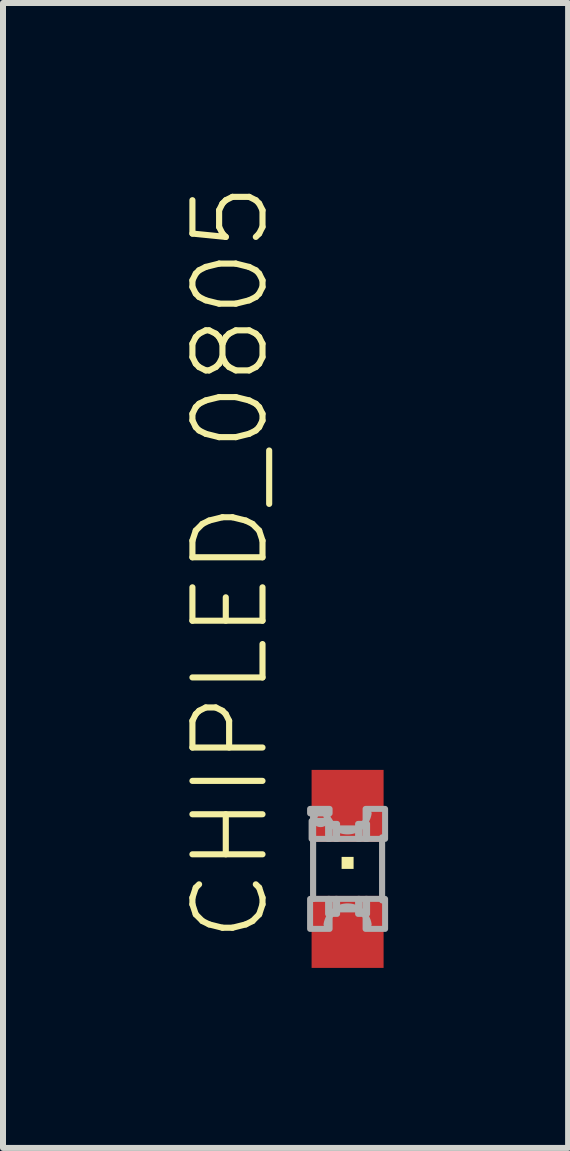
<source format=kicad_pcb>
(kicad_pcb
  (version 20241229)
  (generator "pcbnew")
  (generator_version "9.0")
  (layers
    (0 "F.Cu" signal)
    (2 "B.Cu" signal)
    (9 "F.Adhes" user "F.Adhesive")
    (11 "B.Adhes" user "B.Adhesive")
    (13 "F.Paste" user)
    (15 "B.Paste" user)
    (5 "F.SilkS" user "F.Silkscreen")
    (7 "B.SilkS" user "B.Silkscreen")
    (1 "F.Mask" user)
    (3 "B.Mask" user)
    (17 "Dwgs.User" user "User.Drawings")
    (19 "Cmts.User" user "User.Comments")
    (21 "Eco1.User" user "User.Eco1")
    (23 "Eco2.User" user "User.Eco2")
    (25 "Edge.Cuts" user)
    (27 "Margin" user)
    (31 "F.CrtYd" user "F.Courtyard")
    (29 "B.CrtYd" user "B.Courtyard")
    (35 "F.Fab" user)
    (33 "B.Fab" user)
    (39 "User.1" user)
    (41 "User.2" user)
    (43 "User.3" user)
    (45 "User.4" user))
  (footprint "CHIPLED_0805"
    (layer "F.Cu")
    (at 2.743 11.431)
    (property "Reference" "CHIPLED_0805" (at -1.27 1.27 90) (layer "F.SilkS") (effects (font (size 1.168 1.168) (thickness 0.102)) (justify left bottom)))
    (fp_poly (pts (xy -0.1 0) (xy 0.1 0) (xy 0.1 -0.2) (xy -0.1 -0.2)) (stroke (width 0) (type default)) (fill yes) (layer "F.SilkS"))
    (fp_line (start -0.575 0.5) (end -0.575 -0.925) (stroke (width 0.102) (type solid)) (layer "F.Fab"))
    (fp_line (start 0.575 -0.525) (end 0.575 0.525) (stroke (width 0.102) (type solid)) (layer "F.Fab"))
    (fp_arc (start -0.35 0.925) (mid -0.000001 0.625027) (end 0.35 0.924998) (stroke (width 0.1016) (type solid)) (layer "F.Fab"))
    (fp_arc (start 0.35 -0.924998) (mid -0.000001 -0.625027) (end -0.35 -0.925) (stroke (width 0.1016) (type solid)) (layer "F.Fab"))
    (fp_circle (center -0.45 -0.85) (end -0.347 -0.85) (stroke (width 0.102) (type solid)) (fill no) (layer "F.Fab"))
    (fp_poly (pts (xy -0.625 -0.925) (xy -0.3 -0.925) (xy -0.3 -1) (xy -0.625 -1)) (stroke (width 0.1) (type default)) (fill no) (layer "F.Fab"))
    (fp_poly (pts (xy -0.625 1) (xy -0.3 1) (xy -0.3 0.5) (xy -0.625 0.5)) (stroke (width 0.1) (type default)) (fill no) (layer "F.Fab"))
    (fp_poly (pts (xy -0.6 -0.5) (xy -0.3 -0.5) (xy -0.3 -0.8) (xy -0.6 -0.8)) (stroke (width 0.1) (type default)) (fill no) (layer "F.Fab"))
    (fp_poly (pts (xy -0.325 -0.5) (xy -0.175 -0.5) (xy -0.175 -0.75) (xy -0.325 -0.75)) (stroke (width 0.1) (type default)) (fill no) (layer "F.Fab"))
    (fp_poly (pts (xy -0.325 0.75) (xy -0.175 0.75) (xy -0.175 0.5) (xy -0.325 0.5)) (stroke (width 0.1) (type default)) (fill no) (layer "F.Fab"))
    (fp_poly (pts (xy -0.2 -0.5) (xy 0.2 -0.5) (xy 0.2 -0.675) (xy -0.2 -0.675)) (stroke (width 0.1) (type default)) (fill no) (layer "F.Fab"))
    (fp_poly (pts (xy -0.2 0.675) (xy 0.2 0.675) (xy 0.2 0.5) (xy -0.2 0.5)) (stroke (width 0.1) (type default)) (fill no) (layer "F.Fab"))
    (fp_poly (pts (xy 0.175 -0.5) (xy 0.325 -0.5) (xy 0.325 -0.75) (xy 0.175 -0.75)) (stroke (width 0.1) (type default)) (fill no) (layer "F.Fab"))
    (fp_poly (pts (xy 0.175 0.75) (xy 0.325 0.75) (xy 0.325 0.5) (xy 0.175 0.5)) (stroke (width 0.1) (type default)) (fill no) (layer "F.Fab"))
    (fp_poly (pts (xy 0.3 -0.5) (xy 0.625 -0.5) (xy 0.625 -1) (xy 0.3 -1)) (stroke (width 0.1) (type default)) (fill no) (layer "F.Fab"))
    (fp_poly (pts (xy 0.3 1) (xy 0.625 1) (xy 0.625 0.5) (xy 0.3 0.5)) (stroke (width 0.1) (type default)) (fill no) (layer "F.Fab"))
    (pad "A" smd rect (at 0 1.05) (size 1.2 1.2) (layers "F.Cu" "F.Mask" "F.Paste"))
    (pad "C" smd rect (at 0 -1.05) (size 1.2 1.2) (layers "F.Cu" "F.Mask" "F.Paste")))
  (gr_rect
    (start -3 -3)
    (end 6.418 16.081)
    (stroke (width 0.1) (type default))
    (fill no)
    (layer "Edge.Cuts")))
</source>
